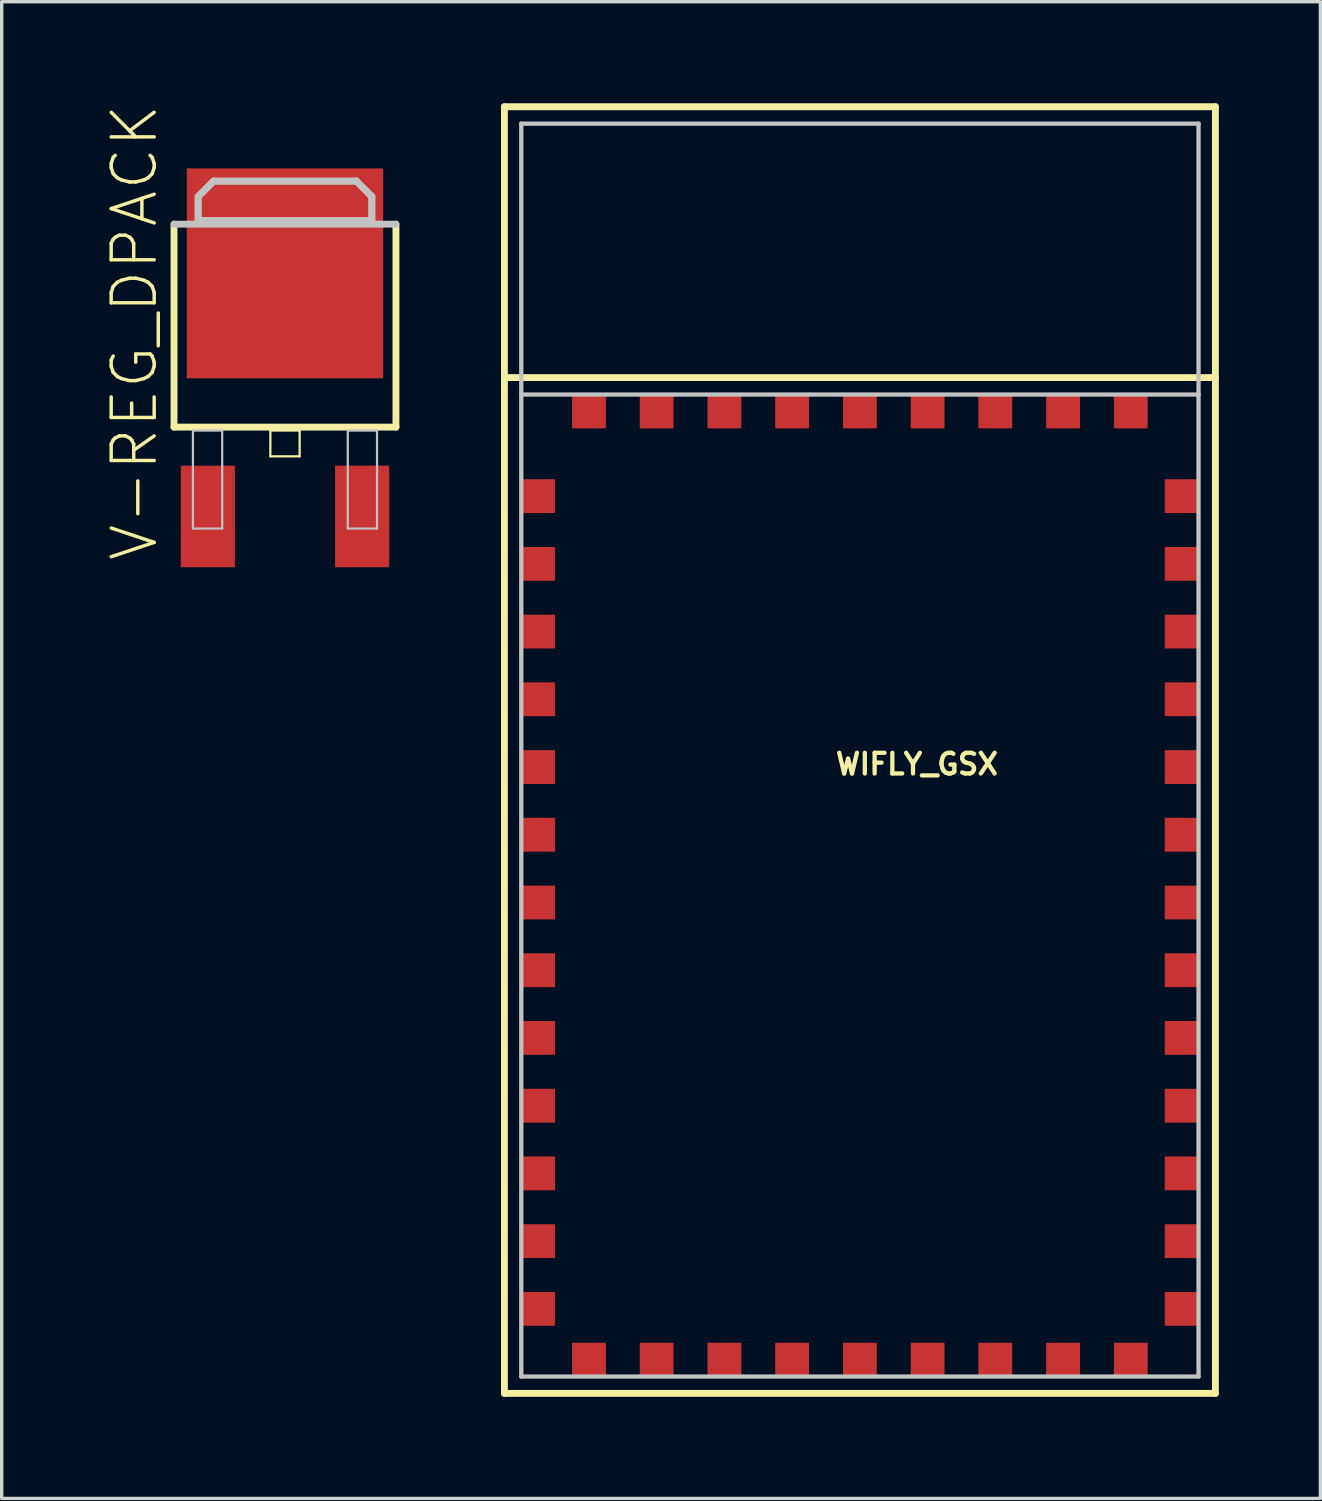
<source format=kicad_pcb>
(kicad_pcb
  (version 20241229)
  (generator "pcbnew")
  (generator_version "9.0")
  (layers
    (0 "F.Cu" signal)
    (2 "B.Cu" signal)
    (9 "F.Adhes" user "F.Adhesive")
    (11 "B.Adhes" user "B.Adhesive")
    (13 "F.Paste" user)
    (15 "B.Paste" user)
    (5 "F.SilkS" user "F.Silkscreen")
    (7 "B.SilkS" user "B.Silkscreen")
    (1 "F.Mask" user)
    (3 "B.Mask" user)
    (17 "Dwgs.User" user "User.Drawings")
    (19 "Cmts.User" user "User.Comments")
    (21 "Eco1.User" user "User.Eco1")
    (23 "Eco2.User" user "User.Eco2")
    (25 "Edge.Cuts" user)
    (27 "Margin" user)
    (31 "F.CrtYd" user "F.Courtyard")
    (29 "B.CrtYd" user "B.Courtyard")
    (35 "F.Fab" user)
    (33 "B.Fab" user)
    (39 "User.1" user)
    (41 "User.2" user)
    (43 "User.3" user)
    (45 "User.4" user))
  (footprint "WIFLY_GSX"
    (layer "F.Cu")
    (at 12.344 37.6)
    (property "Reference" "WIFLY_GSX" (at 11.684 -18.085 0) (layer "F.SilkS") (effects (font (size 0.61 0.61) (thickness 0.127))))
    (attr smd)
    (fp_line (start -0.498 -37.498) (end 20.498 -37.498) (stroke (width 0.203) (type solid)) (layer "F.SilkS"))
    (fp_line (start -0.498 -29.5) (end -0.498 -37.498) (stroke (width 0.203) (type solid)) (layer "F.SilkS"))
    (fp_line (start -0.498 -29.5) (end 20.498 -29.5) (stroke (width 0.203) (type solid)) (layer "F.SilkS"))
    (fp_line (start -0.498 0.498) (end -0.498 -29.5) (stroke (width 0.203) (type solid)) (layer "F.SilkS"))
    (fp_line (start 20.498 -37.498) (end 20.498 -29.5) (stroke (width 0.203) (type solid)) (layer "F.SilkS"))
    (fp_line (start 20.498 -29.5) (end 20.498 0.498) (stroke (width 0.203) (type solid)) (layer "F.SilkS"))
    (fp_line (start 20.498 0.498) (end -0.498 0.498) (stroke (width 0.203) (type solid)) (layer "F.SilkS"))
    (fp_line (start 0 -36.998) (end 0 -28.999) (stroke (width 0.127) (type solid)) (layer "Dwgs.User"))
    (fp_line (start 0 -28.999) (end 0 0) (stroke (width 0.127) (type solid)) (layer "Dwgs.User"))
    (fp_line (start 0 -28.999) (end 20 -28.999) (stroke (width 0.127) (type solid)) (layer "Dwgs.User"))
    (fp_line (start 0 0) (end 20 0) (stroke (width 0.127) (type solid)) (layer "Dwgs.User"))
    (fp_line (start 20 -36.998) (end 0 -36.998) (stroke (width 0.127) (type solid)) (layer "Dwgs.User"))
    (fp_line (start 20 -28.999) (end 20 -36.998) (stroke (width 0.127) (type solid)) (layer "Dwgs.User"))
    (fp_line (start 20 0) (end 20 -28.999) (stroke (width 0.127) (type solid)) (layer "Dwgs.User"))
    (pad "1" smd rect (at 0.498 -25.999) (size 0.998 0.998) (layers "F.Cu" "F.Mask" "F.Paste"))
    (pad "2" smd rect (at 0.498 -23.998) (size 0.998 0.998) (layers "F.Cu" "F.Mask" "F.Paste"))
    (pad "3" smd rect (at 0.498 -21.999) (size 0.998 0.998) (layers "F.Cu" "F.Mask" "F.Paste"))
    (pad "4" smd rect (at 0.498 -20) (size 0.998 0.998) (layers "F.Cu" "F.Mask" "F.Paste"))
    (pad "5" smd rect (at 0.498 -17.998) (size 0.998 0.998) (layers "F.Cu" "F.Mask" "F.Paste"))
    (pad "6" smd rect (at 0.498 -15.999) (size 0.998 0.998) (layers "F.Cu" "F.Mask" "F.Paste"))
    (pad "7" smd rect (at 0.498 -13.998) (size 0.998 0.998) (layers "F.Cu" "F.Mask" "F.Paste"))
    (pad "8" smd rect (at 0.498 -11.999) (size 0.998 0.998) (layers "F.Cu" "F.Mask" "F.Paste"))
    (pad "9" smd rect (at 0.498 -10) (size 0.998 0.998) (layers "F.Cu" "F.Mask" "F.Paste"))
    (pad "10" smd rect (at 0.498 -7.998) (size 0.998 0.998) (layers "F.Cu" "F.Mask" "F.Paste"))
    (pad "11" smd rect (at 0.498 -5.999) (size 0.998 0.998) (layers "F.Cu" "F.Mask" "F.Paste"))
    (pad "12" smd rect (at 0.498 -3.998) (size 0.998 0.998) (layers "F.Cu" "F.Mask" "F.Paste"))
    (pad "13" smd rect (at 0.498 -1.999) (size 0.998 0.998) (layers "F.Cu" "F.Mask" "F.Paste"))
    (pad "14" smd rect (at 1.999 -0.498) (size 0.998 0.998) (layers "F.Cu" "F.Mask" "F.Paste"))
    (pad "15" smd rect (at 3.998 -0.498) (size 0.998 0.998) (layers "F.Cu" "F.Mask" "F.Paste"))
    (pad "16" smd rect (at 5.999 -0.498) (size 0.998 0.998) (layers "F.Cu" "F.Mask" "F.Paste"))
    (pad "17" smd rect (at 7.998 -0.498) (size 0.998 0.998) (layers "F.Cu" "F.Mask" "F.Paste"))
    (pad "18" smd rect (at 10 -0.498) (size 0.998 0.998) (layers "F.Cu" "F.Mask" "F.Paste"))
    (pad "19" smd rect (at 11.999 -0.498) (size 0.998 0.998) (layers "F.Cu" "F.Mask" "F.Paste"))
    (pad "20" smd rect (at 13.998 -0.498) (size 0.998 0.998) (layers "F.Cu" "F.Mask" "F.Paste"))
    (pad "21" smd rect (at 15.999 -0.498) (size 0.998 0.998) (layers "F.Cu" "F.Mask" "F.Paste"))
    (pad "22" smd rect (at 17.998 -0.498) (size 0.998 0.998) (layers "F.Cu" "F.Mask" "F.Paste"))
    (pad "23" smd rect (at 19.5 -1.999) (size 0.998 0.998) (layers "F.Cu" "F.Mask" "F.Paste"))
    (pad "24" smd rect (at 19.5 -3.998) (size 0.998 0.998) (layers "F.Cu" "F.Mask" "F.Paste"))
    (pad "25" smd rect (at 19.5 -5.999) (size 0.998 0.998) (layers "F.Cu" "F.Mask" "F.Paste"))
    (pad "26" smd rect (at 19.5 -7.998) (size 0.998 0.998) (layers "F.Cu" "F.Mask" "F.Paste"))
    (pad "27" smd rect (at 19.5 -10) (size 0.998 0.998) (layers "F.Cu" "F.Mask" "F.Paste"))
    (pad "28" smd rect (at 19.5 -11.999) (size 0.998 0.998) (layers "F.Cu" "F.Mask" "F.Paste"))
    (pad "29" smd rect (at 19.5 -13.998) (size 0.998 0.998) (layers "F.Cu" "F.Mask" "F.Paste"))
    (pad "30" smd rect (at 19.5 -15.999) (size 0.998 0.998) (layers "F.Cu" "F.Mask" "F.Paste"))
    (pad "31" smd rect (at 19.5 -17.998) (size 0.998 0.998) (layers "F.Cu" "F.Mask" "F.Paste"))
    (pad "32" smd rect (at 19.5 -20) (size 0.998 0.998) (layers "F.Cu" "F.Mask" "F.Paste"))
    (pad "33" smd rect (at 19.5 -21.999) (size 0.998 0.998) (layers "F.Cu" "F.Mask" "F.Paste"))
    (pad "34" smd rect (at 19.5 -23.998) (size 0.998 0.998) (layers "F.Cu" "F.Mask" "F.Paste"))
    (pad "35" smd rect (at 19.5 -25.999) (size 0.998 0.998) (layers "F.Cu" "F.Mask" "F.Paste"))
    (pad "36" smd rect (at 17.998 -28.499) (size 0.998 0.998) (layers "F.Cu" "F.Mask" "F.Paste"))
    (pad "37" smd rect (at 15.999 -28.499) (size 0.998 0.998) (layers "F.Cu" "F.Mask" "F.Paste"))
    (pad "38" smd rect (at 13.998 -28.499) (size 0.998 0.998) (layers "F.Cu" "F.Mask" "F.Paste"))
    (pad "39" smd rect (at 11.999 -28.499) (size 0.998 0.998) (layers "F.Cu" "F.Mask" "F.Paste"))
    (pad "40" smd rect (at 10 -28.499) (size 0.998 0.998) (layers "F.Cu" "F.Mask" "F.Paste"))
    (pad "41" smd rect (at 7.998 -28.499) (size 0.998 0.998) (layers "F.Cu" "F.Mask" "F.Paste"))
    (pad "42" smd rect (at 5.999 -28.499) (size 0.998 0.998) (layers "F.Cu" "F.Mask" "F.Paste"))
    (pad "43" smd rect (at 3.998 -28.499) (size 0.998 0.998) (layers "F.Cu" "F.Mask" "F.Paste"))
    (pad "44" smd rect (at 1.999 -28.499) (size 0.998 0.998) (layers "F.Cu" "F.Mask" "F.Paste")))
  (footprint "V-REG_DPACK"
    (layer "F.Cu")
    (at 5.366 7.403)
    (property "Reference" "V-REG_DPACK" (at -4.445 -0.635 90) (layer "F.SilkS") (effects (font (size 1.27 1.27) (thickness 0.102))))
    (attr smd)
    (fp_line (start -3.277 2.159) (end -3.277 -3.835) (stroke (width 0.203) (type solid)) (layer "F.SilkS"))
    (fp_line (start -0.432 2.261) (end 0.432 2.261) (stroke (width 0.066) (type solid)) (layer "F.SilkS"))
    (fp_line (start -0.432 3.023) (end -0.432 2.261) (stroke (width 0.066) (type solid)) (layer "F.SilkS"))
    (fp_line (start -0.432 3.023) (end 0.432 3.023) (stroke (width 0.066) (type solid)) (layer "F.SilkS"))
    (fp_line (start 0.432 3.023) (end 0.432 2.261) (stroke (width 0.066) (type solid)) (layer "F.SilkS"))
    (fp_line (start 3.277 -3.835) (end 3.277 2.159) (stroke (width 0.203) (type solid)) (layer "F.SilkS"))
    (fp_line (start 3.277 2.159) (end -3.277 2.159) (stroke (width 0.203) (type solid)) (layer "F.SilkS"))
    (fp_line (start -3.277 -3.833) (end 3.277 -3.833) (stroke (width 0.203) (type solid)) (layer "Dwgs.User"))
    (fp_line (start -2.718 2.261) (end -1.854 2.261) (stroke (width 0.066) (type solid)) (layer "Dwgs.User"))
    (fp_line (start -2.718 5.156) (end -2.718 2.261) (stroke (width 0.066) (type solid)) (layer "Dwgs.User"))
    (fp_line (start -2.718 5.156) (end -1.854 5.156) (stroke (width 0.066) (type solid)) (layer "Dwgs.User"))
    (fp_line (start -2.565 -4.648) (end -2.108 -5.105) (stroke (width 0.198) (type solid)) (layer "Dwgs.User"))
    (fp_line (start -2.565 -4.648) (end -2.108 -5.105) (stroke (width 0.203) (type solid)) (layer "Dwgs.User"))
    (fp_line (start -2.565 -3.937) (end -2.565 -4.648) (stroke (width 0.198) (type solid)) (layer "Dwgs.User"))
    (fp_line (start -2.565 -3.937) (end -2.565 -4.648) (stroke (width 0.203) (type solid)) (layer "Dwgs.User"))
    (fp_line (start -2.108 -5.105) (end 2.108 -5.105) (stroke (width 0.198) (type solid)) (layer "Dwgs.User"))
    (fp_line (start -2.108 -5.105) (end 2.108 -5.105) (stroke (width 0.203) (type solid)) (layer "Dwgs.User"))
    (fp_line (start -1.854 5.156) (end -1.854 2.261) (stroke (width 0.066) (type solid)) (layer "Dwgs.User"))
    (fp_line (start 1.854 2.261) (end 2.718 2.261) (stroke (width 0.066) (type solid)) (layer "Dwgs.User"))
    (fp_line (start 1.854 5.156) (end 1.854 2.261) (stroke (width 0.066) (type solid)) (layer "Dwgs.User"))
    (fp_line (start 1.854 5.156) (end 2.718 5.156) (stroke (width 0.066) (type solid)) (layer "Dwgs.User"))
    (fp_line (start 2.108 -5.105) (end 2.565 -4.648) (stroke (width 0.198) (type solid)) (layer "Dwgs.User"))
    (fp_line (start 2.108 -5.105) (end 2.565 -4.648) (stroke (width 0.203) (type solid)) (layer "Dwgs.User"))
    (fp_line (start 2.565 -4.648) (end 2.565 -3.937) (stroke (width 0.198) (type solid)) (layer "Dwgs.User"))
    (fp_line (start 2.565 -4.648) (end 2.565 -3.937) (stroke (width 0.203) (type solid)) (layer "Dwgs.User"))
    (fp_line (start 2.565 -3.937) (end -2.565 -3.937) (stroke (width 0.198) (type solid)) (layer "Dwgs.User"))
    (fp_line (start 2.565 -3.937) (end -2.565 -3.937) (stroke (width 0.203) (type solid)) (layer "Dwgs.User"))
    (fp_line (start 2.718 5.156) (end 2.718 2.261) (stroke (width 0.066) (type solid)) (layer "Dwgs.User"))
    (pad "1" smd rect (at -2.278 4.798) (size 1.598 3) (layers "F.Cu" "F.Mask" "F.Paste"))
    (pad "3" smd rect (at 2.278 4.798) (size 1.598 3) (layers "F.Cu" "F.Mask" "F.Paste"))
    (pad "4" smd rect (at 0 -2.38) (size 5.799 6.198) (layers "F.Cu" "F.Mask" "F.Paste")))
  (gr_rect
    (start -3 -3)
    (end 35.943 41.199)
    (stroke (width 0.1) (type default))
    (fill no)
    (layer "Edge.Cuts")))
</source>
